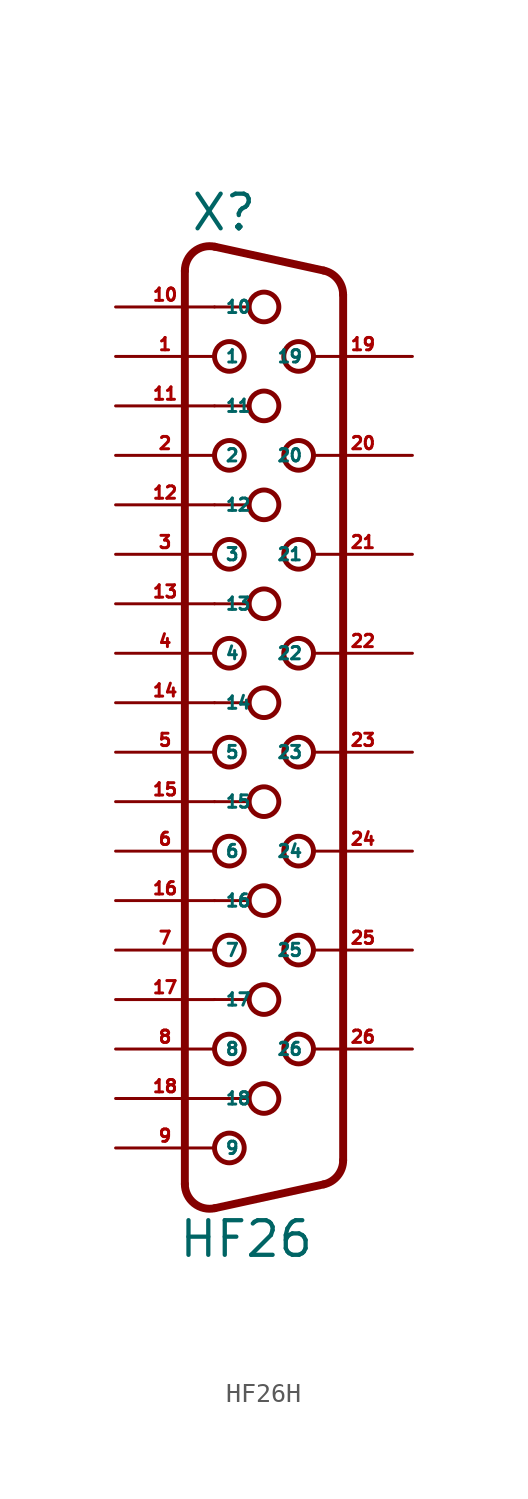
<source format=kicad_sym>
(kicad_symbol_lib
  (version 20220914)
  (generator Eagle2Kicad)
  (symbol "HF26H"
    (property "Reference" "X"
      (at -3.81 26.67 0)
      (effects (font (size 1.778 1.778) (thickness 0.22)) (justify left bottom)))
    (property "Value" "HF26"
      (at -4.445 -26.035 0)
      (effects (font (size 1.778 1.778) (thickness 0.22)) (justify left bottom)))
    (arc
      (start -2.5226 25.952)
      (mid -3.590 25.701)
      (end -4.064 24.7112)
      (stroke (width 0.4064) (type default))
      (fill (type none)))
    (polyline
      (pts (xy -2.523 25.952) (xy 3.065 24.729))
      (stroke (width 0.406) (type default))
      (fill (type none)))
    (arc
      (start 4.0642 23.4888)
      (mid 3.783 24.285)
      (end 3.0654 24.7295)
      (stroke (width 0.4064) (type default))
      (fill (type none)))
    (polyline
      (pts (xy 4.064 -20.949) (xy 4.064 23.489))
      (stroke (width 0.406) (type default))
      (fill (type none)))
    (arc
      (start 3.0654 -22.1894)
      (mid 3.783 -21.745)
      (end 4.064 -20.9488)
      (stroke (width 0.4064) (type default))
      (fill (type none)))
    (polyline
      (pts (xy -4.064 -22.171) (xy -4.064 24.711))
      (stroke (width 0.406) (type default))
      (fill (type none)))
    (polyline
      (pts (xy -2.523 -23.412) (xy 3.065 -22.189))
      (stroke (width 0.406) (type default))
      (fill (type none)))
    (arc
      (start -4.064 -22.1712)
      (mid -3.590 -23.161)
      (end -2.5226 -23.4119)
      (stroke (width 0.4064) (type default))
      (fill (type none)))
    (polyline
      (pts (xy -2.54 22.86) (xy -0.762 22.86))
      (stroke (width 0.152) (type default))
      (fill (type none)))
    (polyline
      (pts (xy -2.54 17.78) (xy -0.762 17.78))
      (stroke (width 0.152) (type default))
      (fill (type none)))
    (polyline
      (pts (xy -2.54 12.7) (xy -0.762 12.7))
      (stroke (width 0.152) (type default))
      (fill (type none)))
    (polyline
      (pts (xy -2.54 7.62) (xy -0.762 7.62))
      (stroke (width 0.152) (type default))
      (fill (type none)))
    (polyline
      (pts (xy -2.54 2.54) (xy -0.762 2.54))
      (stroke (width 0.152) (type default))
      (fill (type none)))
    (polyline
      (pts (xy -2.54 -2.54) (xy -0.762 -2.54))
      (stroke (width 0.152) (type default))
      (fill (type none)))
    (polyline
      (pts (xy -2.54 -7.62) (xy -0.762 -7.62))
      (stroke (width 0.152) (type default))
      (fill (type none)))
    (polyline
      (pts (xy -2.54 -12.7) (xy -0.762 -12.7))
      (stroke (width 0.152) (type default))
      (fill (type none)))
    (polyline
      (pts (xy -2.54 -17.78) (xy -0.762 -17.78))
      (stroke (width 0.152) (type default))
      (fill (type none)))
    (circle
      (center 0 22.86)
      (radius 0.762)
      (stroke (width 0.254) (type default))
      (fill (type none)))
    (circle
      (center -1.778 20.32)
      (radius 0.762)
      (stroke (width 0.254) (type default))
      (fill (type none)))
    (circle
      (center 1.778 20.32)
      (radius 0.762)
      (stroke (width 0.254) (type default))
      (fill (type none)))
    (circle
      (center -1.778 15.24)
      (radius 0.762)
      (stroke (width 0.254) (type default))
      (fill (type none)))
    (circle
      (center 1.778 15.24)
      (radius 0.762)
      (stroke (width 0.254) (type default))
      (fill (type none)))
    (circle
      (center -1.778 10.16)
      (radius 0.762)
      (stroke (width 0.254) (type default))
      (fill (type none)))
    (circle
      (center 1.778 10.16)
      (radius 0.762)
      (stroke (width 0.254) (type default))
      (fill (type none)))
    (circle
      (center -1.778 5.08)
      (radius 0.762)
      (stroke (width 0.254) (type default))
      (fill (type none)))
    (circle
      (center 1.778 5.08)
      (radius 0.762)
      (stroke (width 0.254) (type default))
      (fill (type none)))
    (circle
      (center -1.778 0)
      (radius 0.762)
      (stroke (width 0.254) (type default))
      (fill (type none)))
    (circle
      (center 0 17.78)
      (radius 0.762)
      (stroke (width 0.254) (type default))
      (fill (type none)))
    (circle
      (center 0 12.7)
      (radius 0.762)
      (stroke (width 0.254) (type default))
      (fill (type none)))
    (circle
      (center 0 7.62)
      (radius 0.762)
      (stroke (width 0.254) (type default))
      (fill (type none)))
    (circle
      (center 0 2.54)
      (radius 0.762)
      (stroke (width 0.254) (type default))
      (fill (type none)))
    (circle
      (center 0 -2.54)
      (radius 0.762)
      (stroke (width 0.254) (type default))
      (fill (type none)))
    (circle
      (center 1.778 0)
      (radius 0.762)
      (stroke (width 0.254) (type default))
      (fill (type none)))
    (circle
      (center -1.778 -5.08)
      (radius 0.762)
      (stroke (width 0.254) (type default))
      (fill (type none)))
    (circle
      (center 1.778 -5.08)
      (radius 0.762)
      (stroke (width 0.254) (type default))
      (fill (type none)))
    (circle
      (center -1.778 -10.16)
      (radius 0.762)
      (stroke (width 0.254) (type default))
      (fill (type none)))
    (circle
      (center 1.778 -10.16)
      (radius 0.762)
      (stroke (width 0.254) (type default))
      (fill (type none)))
    (circle
      (center -1.778 -15.24)
      (radius 0.762)
      (stroke (width 0.254) (type default))
      (fill (type none)))
    (circle
      (center 1.778 -15.24)
      (radius 0.762)
      (stroke (width 0.254) (type default))
      (fill (type none)))
    (circle
      (center -1.778 -20.32)
      (radius 0.762)
      (stroke (width 0.254) (type default))
      (fill (type none)))
    (circle
      (center 0 -7.62)
      (radius 0.762)
      (stroke (width 0.254) (type default))
      (fill (type none)))
    (circle
      (center 0 -12.7)
      (radius 0.762)
      (stroke (width 0.254) (type default))
      (fill (type none)))
    (circle
      (center 0 -17.78)
      (radius 0.762)
      (stroke (width 0.254) (type default))
      (fill (type none)))
    (pin passive line
      (at -7.62 20.32 0)
      (length 5.08)
      (name "1" (effects (font (size 0.635 0.635) (thickness 0.08)) (justify left bottom)))
      (number "1" (effects (font (size 0.635 0.635) (thickness 0.08)) (justify left bottom))))
    (pin passive line
      (at -7.62 15.24 0)
      (length 5.08)
      (name "2" (effects (font (size 0.635 0.635) (thickness 0.08)) (justify left bottom)))
      (number "2" (effects (font (size 0.635 0.635) (thickness 0.08)) (justify left bottom))))
    (pin passive line
      (at -7.62 10.16 0)
      (length 5.08)
      (name "3" (effects (font (size 0.635 0.635) (thickness 0.08)) (justify left bottom)))
      (number "3" (effects (font (size 0.635 0.635) (thickness 0.08)) (justify left bottom))))
    (pin passive line
      (at -7.62 5.08 0)
      (length 5.08)
      (name "4" (effects (font (size 0.635 0.635) (thickness 0.08)) (justify left bottom)))
      (number "4" (effects (font (size 0.635 0.635) (thickness 0.08)) (justify left bottom))))
    (pin passive line
      (at -7.62 0 0)
      (length 5.08)
      (name "5" (effects (font (size 0.635 0.635) (thickness 0.08)) (justify left bottom)))
      (number "5" (effects (font (size 0.635 0.635) (thickness 0.08)) (justify left bottom))))
    (pin passive line
      (at -7.62 -5.08 0)
      (length 5.08)
      (name "6" (effects (font (size 0.635 0.635) (thickness 0.08)) (justify left bottom)))
      (number "6" (effects (font (size 0.635 0.635) (thickness 0.08)) (justify left bottom))))
    (pin passive line
      (at -7.62 -10.16 0)
      (length 5.08)
      (name "7" (effects (font (size 0.635 0.635) (thickness 0.08)) (justify left bottom)))
      (number "7" (effects (font (size 0.635 0.635) (thickness 0.08)) (justify left bottom))))
    (pin passive line
      (at -7.62 -15.24 0)
      (length 5.08)
      (name "8" (effects (font (size 0.635 0.635) (thickness 0.08)) (justify left bottom)))
      (number "8" (effects (font (size 0.635 0.635) (thickness 0.08)) (justify left bottom))))
    (pin passive line
      (at -7.62 -20.32 0)
      (length 5.08)
      (name "9" (effects (font (size 0.635 0.635) (thickness 0.08)) (justify left bottom)))
      (number "9" (effects (font (size 0.635 0.635) (thickness 0.08)) (justify left bottom))))
    (pin passive line
      (at -7.62 22.86 0)
      (length 5.08)
      (name "10" (effects (font (size 0.635 0.635) (thickness 0.08)) (justify left bottom)))
      (number "10" (effects (font (size 0.635 0.635) (thickness 0.08)) (justify left bottom))))
    (pin passive line
      (at -7.62 17.78 0)
      (length 5.08)
      (name "11" (effects (font (size 0.635 0.635) (thickness 0.08)) (justify left bottom)))
      (number "11" (effects (font (size 0.635 0.635) (thickness 0.08)) (justify left bottom))))
    (pin passive line
      (at -7.62 12.7 0)
      (length 5.08)
      (name "12" (effects (font (size 0.635 0.635) (thickness 0.08)) (justify left bottom)))
      (number "12" (effects (font (size 0.635 0.635) (thickness 0.08)) (justify left bottom))))
    (pin passive line
      (at -7.62 7.62 0)
      (length 5.08)
      (name "13" (effects (font (size 0.635 0.635) (thickness 0.08)) (justify left bottom)))
      (number "13" (effects (font (size 0.635 0.635) (thickness 0.08)) (justify left bottom))))
    (pin passive line
      (at -7.62 2.54 0)
      (length 5.08)
      (name "14" (effects (font (size 0.635 0.635) (thickness 0.08)) (justify left bottom)))
      (number "14" (effects (font (size 0.635 0.635) (thickness 0.08)) (justify left bottom))))
    (pin passive line
      (at -7.62 -2.54 0)
      (length 5.08)
      (name "15" (effects (font (size 0.635 0.635) (thickness 0.08)) (justify left bottom)))
      (number "15" (effects (font (size 0.635 0.635) (thickness 0.08)) (justify left bottom))))
    (pin passive line
      (at -7.62 -7.62 0)
      (length 5.08)
      (name "16" (effects (font (size 0.635 0.635) (thickness 0.08)) (justify left bottom)))
      (number "16" (effects (font (size 0.635 0.635) (thickness 0.08)) (justify left bottom))))
    (pin passive line
      (at -7.62 -12.7 0)
      (length 5.08)
      (name "17" (effects (font (size 0.635 0.635) (thickness 0.08)) (justify left bottom)))
      (number "17" (effects (font (size 0.635 0.635) (thickness 0.08)) (justify left bottom))))
    (pin passive line
      (at -7.62 -17.78 0)
      (length 5.08)
      (name "18" (effects (font (size 0.635 0.635) (thickness 0.08)) (justify left bottom)))
      (number "18" (effects (font (size 0.635 0.635) (thickness 0.08)) (justify left bottom))))
    (pin passive line
      (at 7.62 20.32 180)
      (length 5.08)
      (name "19" (effects (font (size 0.635 0.635) (thickness 0.08)) (justify left bottom)))
      (number "19" (effects (font (size 0.635 0.635) (thickness 0.08)) (justify left bottom))))
    (pin passive line
      (at 7.62 15.24 180)
      (length 5.08)
      (name "20" (effects (font (size 0.635 0.635) (thickness 0.08)) (justify left bottom)))
      (number "20" (effects (font (size 0.635 0.635) (thickness 0.08)) (justify left bottom))))
    (pin passive line
      (at 7.62 10.16 180)
      (length 5.08)
      (name "21" (effects (font (size 0.635 0.635) (thickness 0.08)) (justify left bottom)))
      (number "21" (effects (font (size 0.635 0.635) (thickness 0.08)) (justify left bottom))))
    (pin passive line
      (at 7.62 5.08 180)
      (length 5.08)
      (name "22" (effects (font (size 0.635 0.635) (thickness 0.08)) (justify left bottom)))
      (number "22" (effects (font (size 0.635 0.635) (thickness 0.08)) (justify left bottom))))
    (pin passive line
      (at 7.62 0 180)
      (length 5.08)
      (name "23" (effects (font (size 0.635 0.635) (thickness 0.08)) (justify left bottom)))
      (number "23" (effects (font (size 0.635 0.635) (thickness 0.08)) (justify left bottom))))
    (pin passive line
      (at 7.62 -5.08 180)
      (length 5.08)
      (name "24" (effects (font (size 0.635 0.635) (thickness 0.08)) (justify left bottom)))
      (number "24" (effects (font (size 0.635 0.635) (thickness 0.08)) (justify left bottom))))
    (pin passive line
      (at 7.62 -10.16 180)
      (length 5.08)
      (name "25" (effects (font (size 0.635 0.635) (thickness 0.08)) (justify left bottom)))
      (number "25" (effects (font (size 0.635 0.635) (thickness 0.08)) (justify left bottom))))
    (pin passive line
      (at 7.62 -15.24 180)
      (length 5.08)
      (name "26" (effects (font (size 0.635 0.635) (thickness 0.08)) (justify left bottom)))
      (number "26" (effects (font (size 0.635 0.635) (thickness 0.08)) (justify left bottom))))))
</source>
